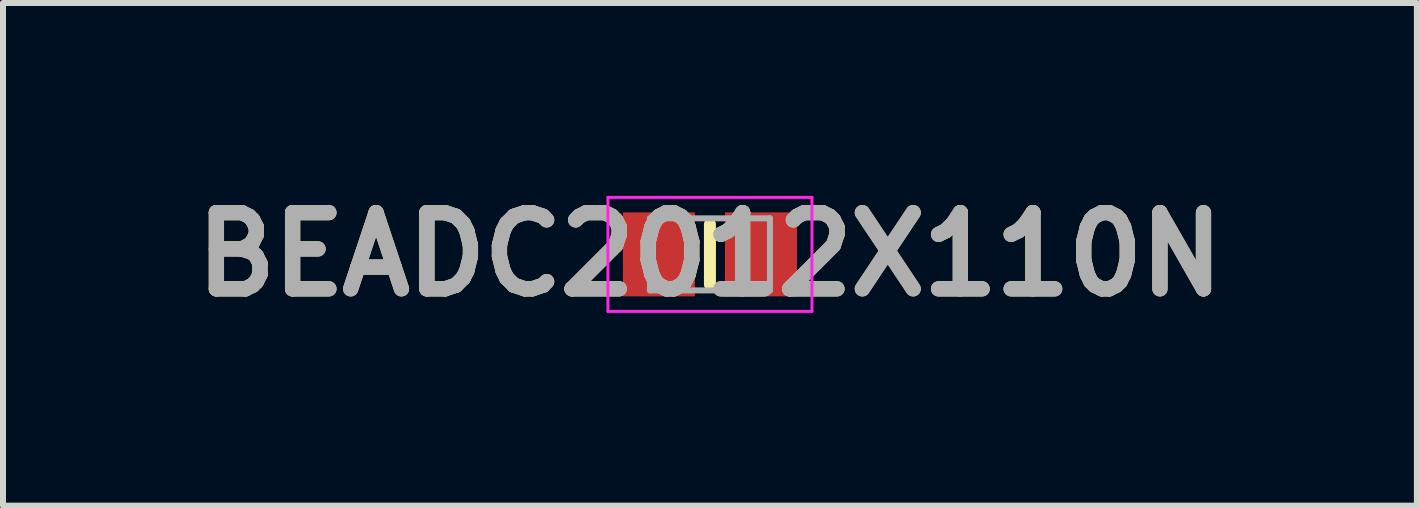
<source format=kicad_pcb>
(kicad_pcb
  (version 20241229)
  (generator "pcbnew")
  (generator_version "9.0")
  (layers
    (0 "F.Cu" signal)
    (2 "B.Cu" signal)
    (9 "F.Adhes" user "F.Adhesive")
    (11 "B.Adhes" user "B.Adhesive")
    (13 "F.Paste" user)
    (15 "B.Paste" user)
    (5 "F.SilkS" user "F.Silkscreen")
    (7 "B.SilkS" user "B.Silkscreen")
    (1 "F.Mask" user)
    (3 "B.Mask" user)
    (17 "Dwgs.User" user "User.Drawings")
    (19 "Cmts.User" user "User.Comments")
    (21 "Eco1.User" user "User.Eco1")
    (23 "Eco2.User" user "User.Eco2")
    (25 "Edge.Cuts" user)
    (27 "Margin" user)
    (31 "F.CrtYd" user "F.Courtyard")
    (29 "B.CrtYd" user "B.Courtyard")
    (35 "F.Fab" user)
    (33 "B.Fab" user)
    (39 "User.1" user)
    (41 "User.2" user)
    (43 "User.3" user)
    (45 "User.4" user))
  (footprint "BEADC2012X110N"
    (layer "F.Cu")
    (at 8.781 1.189)
    (property "Reference" "BEADC2012X110N" (at 0 0 0) (layer "F.SilkS") (effects (font (size 1.27 1.27) (thickness 0.254))))
    (attr smd)
    (fp_line (start 0 -0.5) (end 0 0.5) (stroke (width 0.2) (type solid)) (layer "F.SilkS"))
    (fp_line (start -1.7 -0.95) (end 1.7 -0.95) (stroke (width 0.05) (type solid)) (layer "F.CrtYd"))
    (fp_line (start -1.7 0.95) (end -1.7 -0.95) (stroke (width 0.05) (type solid)) (layer "F.CrtYd"))
    (fp_line (start 1.7 -0.95) (end 1.7 0.95) (stroke (width 0.05) (type solid)) (layer "F.CrtYd"))
    (fp_line (start 1.7 0.95) (end -1.7 0.95) (stroke (width 0.05) (type solid)) (layer "F.CrtYd"))
    (fp_line (start -1 -0.6) (end 1 -0.6) (stroke (width 0.1) (type solid)) (layer "F.Fab"))
    (fp_line (start -1 0.6) (end -1 -0.6) (stroke (width 0.1) (type solid)) (layer "F.Fab"))
    (fp_line (start 1 -0.6) (end 1 0.6) (stroke (width 0.1) (type solid)) (layer "F.Fab"))
    (fp_line (start 1 0.6) (end -1 0.6) (stroke (width 0.1) (type solid)) (layer "F.Fab"))
    (fp_text user "${REFERENCE}" (at 0 0 0) (layer "F.Fab") (effects (font (size 1.27 1.27) (thickness 0.254))))
    (pad "1" smd rect (at -0.85 0) (size 1.2 1.4) (layers "F.Cu" "F.Mask" "F.Paste"))
    (pad "2" smd rect (at 0.85 0) (size 1.2 1.4) (layers "F.Cu" "F.Mask" "F.Paste")))
  (gr_rect
    (start -3 -3)
    (end 20.562 5.377)
    (stroke (width 0.1) (type default))
    (fill no)
    (layer "Edge.Cuts")))
</source>
